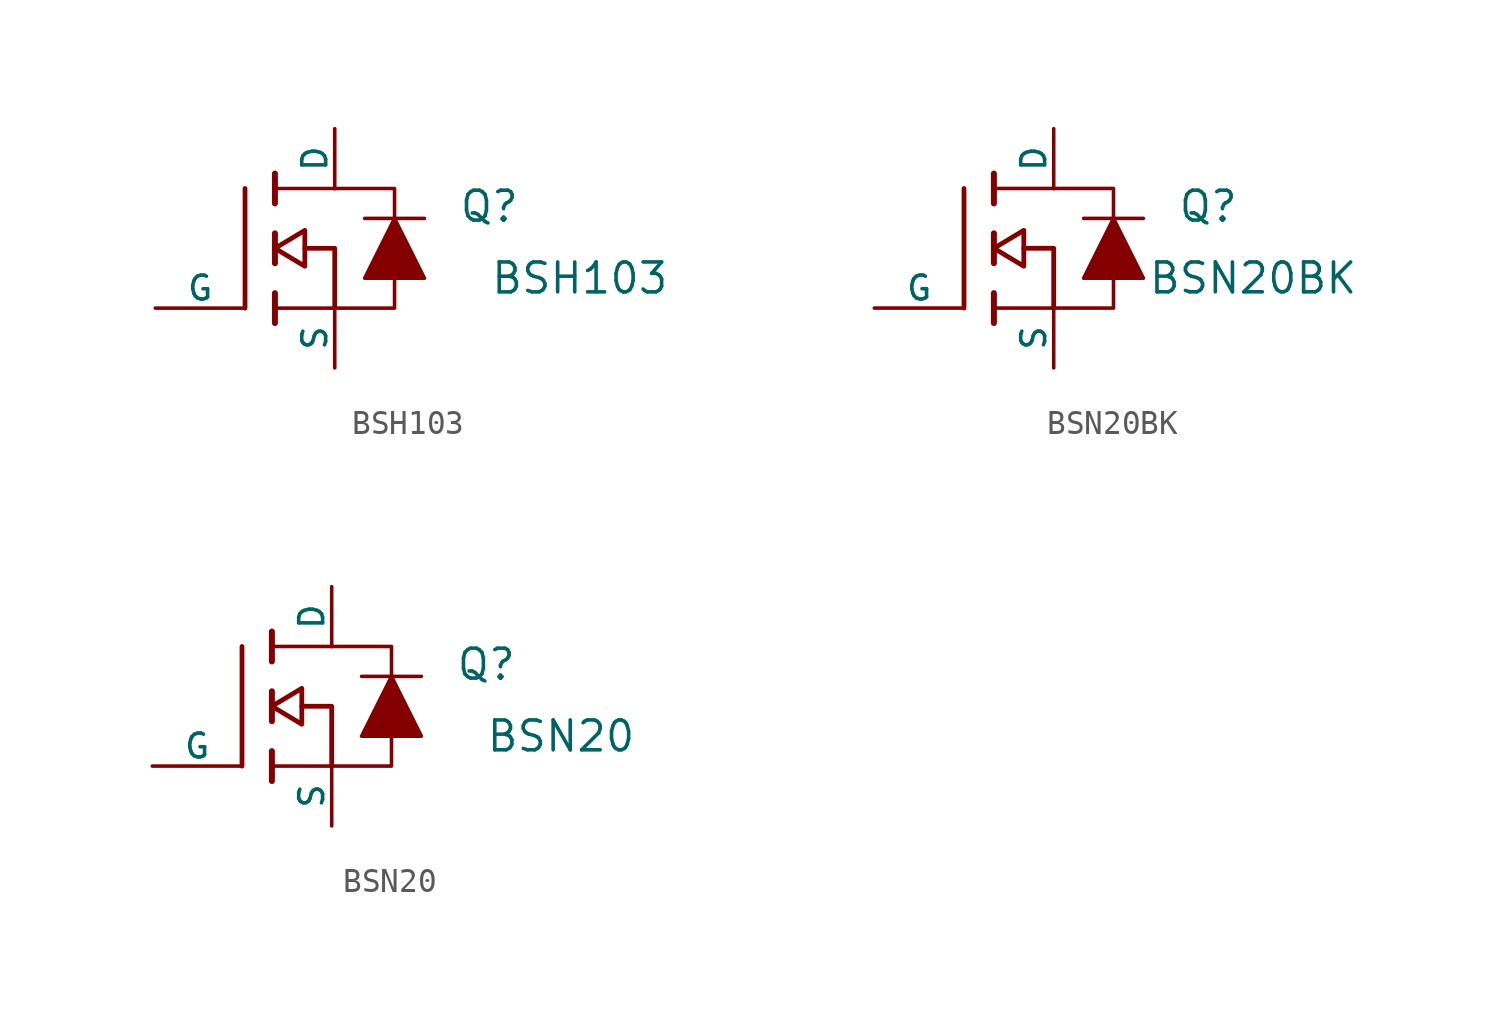
<source format=kicad_sym>
(kicad_symbol_lib
  (version 20220914)
  (generator kicad_symbol_editor)
  (symbol "BSH103"
    (pin_numbers hide)
    (pin_names
      (offset 0))
    (property "Reference" "Q"
      (at 15.494 4.318 0)
      (effects (font (size 1.27 1.27)) (justify right)))
    (property "Value" "BSH103"
      (at 21.844 1.27 0)
      (effects (font (size 1.27 1.27)) (justify right)))
    (symbol "BSH103_0_1"
      (polyline (pts (xy 3.81 0) (xy 3.81 5.08)) (stroke (width 0.203) (type default)) (fill (type none)))
      (polyline (pts (xy 5.08 -0.635) (xy 5.08 0.635)) (stroke (width 0.254) (type default)) (fill (type none)))
      (polyline (pts (xy 5.08 1.905) (xy 5.08 3.175)) (stroke (width 0.254) (type default)) (fill (type none)))
      (polyline (pts (xy 5.08 4.445) (xy 5.08 5.715)) (stroke (width 0.254) (type default)) (fill (type none)))
      (polyline (pts (xy 7.62 0) (xy 5.08 0)) (stroke (width 0) (type default)) (fill (type none)))
      (polyline (pts (xy 7.62 5.08) (xy 5.08 5.08)) (stroke (width 0) (type default)) (fill (type none)))
      (polyline (pts (xy 8.89 3.81) (xy 11.43 3.81)) (stroke (width 0) (type default)) (fill (type none)))
      (polyline (pts (xy 7.62 0) (xy 7.62 2.54) (xy 6.35 2.54)) (stroke (width 0.203) (type default)) (fill (type none)))
      (polyline (pts (xy 7.62 0) (xy 10.16 0) (xy 10.16 1.27)) (stroke (width 0) (type default)) (fill (type none)))
      (polyline (pts (xy 10.16 3.81) (xy 10.16 5.08) (xy 7.62 5.08)) (stroke (width 0) (type default)) (fill (type none)))
      (polyline (pts (xy 10.16 3.81) (xy 8.89 1.27) (xy 11.43 1.27) (xy 10.16 3.81)) (stroke (width 0) (type default)) (fill (type outline)))
      (polyline (pts (xy 6.35 3.302) (xy 6.35 1.778) (xy 5.08 2.54) (xy 6.35 3.302) (xy 6.35 3.302)) (stroke (width 0.203) (type default)) (fill (type none))))
    (symbol "BSH103_1_1"
      (pin passive line (at 0 0 0) (length 3.81) (name "G" (effects (font (size 1.016 1.016)))) (number "1" (effects (font (size 1.016 1.016)))))
      (pin passive line (at 7.62 -2.54 90) (length 2.54) (name "S" (effects (font (size 1.016 1.016)))) (number "2" (effects (font (size 1.016 1.016)))))
      (pin passive line (at 7.62 7.62 270) (length 2.54) (name "D" (effects (font (size 1.016 1.016)))) (number "3" (effects (font (size 1.016 1.016)))))))
  (symbol "BSN20BK"
    (pin_numbers hide)
    (pin_names
      (offset 0))
    (property "Reference" "Q"
      (at 15.494 4.318 0)
      (effects (font (size 1.27 1.27)) (justify right)))
    (property "Value" "BSN20BK"
      (at 20.574 1.27 0)
      (effects (font (size 1.27 1.27)) (justify right)))
    (symbol "BSN20BK_0_1"
      (polyline (pts (xy 3.81 0) (xy 3.81 5.08)) (stroke (width 0.203) (type default)) (fill (type none)))
      (polyline (pts (xy 5.08 -0.635) (xy 5.08 0.635)) (stroke (width 0.254) (type default)) (fill (type none)))
      (polyline (pts (xy 5.08 1.905) (xy 5.08 3.175)) (stroke (width 0.254) (type default)) (fill (type none)))
      (polyline (pts (xy 5.08 4.445) (xy 5.08 5.715)) (stroke (width 0.254) (type default)) (fill (type none)))
      (polyline (pts (xy 7.62 0) (xy 5.08 0)) (stroke (width 0) (type default)) (fill (type none)))
      (polyline (pts (xy 7.62 5.08) (xy 5.08 5.08)) (stroke (width 0) (type default)) (fill (type none)))
      (polyline (pts (xy 8.89 3.81) (xy 11.43 3.81)) (stroke (width 0) (type default)) (fill (type none)))
      (polyline (pts (xy 7.62 0) (xy 7.62 2.54) (xy 6.35 2.54)) (stroke (width 0.203) (type default)) (fill (type none)))
      (polyline (pts (xy 7.62 0) (xy 10.16 0) (xy 10.16 1.27)) (stroke (width 0) (type default)) (fill (type none)))
      (polyline (pts (xy 10.16 3.81) (xy 10.16 5.08) (xy 7.62 5.08)) (stroke (width 0) (type default)) (fill (type none)))
      (polyline (pts (xy 10.16 3.81) (xy 8.89 1.27) (xy 11.43 1.27) (xy 10.16 3.81)) (stroke (width 0) (type default)) (fill (type outline)))
      (polyline (pts (xy 6.35 3.302) (xy 6.35 1.778) (xy 5.08 2.54) (xy 6.35 3.302) (xy 6.35 3.302)) (stroke (width 0.203) (type default)) (fill (type none))))
    (symbol "BSN20BK_1_1"
      (pin passive line (at 0 0 0) (length 3.81) (name "G" (effects (font (size 1.016 1.016)))) (number "1" (effects (font (size 1.016 1.016)))))
      (pin passive line (at 7.62 -2.54 90) (length 2.54) (name "S" (effects (font (size 1.016 1.016)))) (number "2" (effects (font (size 1.016 1.016)))))
      (pin passive line (at 7.62 7.62 270) (length 2.54) (name "D" (effects (font (size 1.016 1.016)))) (number "3" (effects (font (size 1.016 1.016)))))))
  (symbol "BSN20"
    (pin_numbers hide)
    (pin_names
      (offset 0))
    (property "Reference" "Q"
      (at 15.494 4.318 0)
      (effects (font (size 1.27 1.27)) (justify right)))
    (property "Value" "BSN20"
      (at 20.574 1.27 0)
      (effects (font (size 1.27 1.27)) (justify right)))
    (symbol "BSN20_0_1"
      (polyline (pts (xy 3.81 0) (xy 3.81 5.08)) (stroke (width 0.203) (type default)) (fill (type none)))
      (polyline (pts (xy 5.08 -0.635) (xy 5.08 0.635)) (stroke (width 0.254) (type default)) (fill (type none)))
      (polyline (pts (xy 5.08 1.905) (xy 5.08 3.175)) (stroke (width 0.254) (type default)) (fill (type none)))
      (polyline (pts (xy 5.08 4.445) (xy 5.08 5.715)) (stroke (width 0.254) (type default)) (fill (type none)))
      (polyline (pts (xy 7.62 0) (xy 5.08 0)) (stroke (width 0) (type default)) (fill (type none)))
      (polyline (pts (xy 7.62 5.08) (xy 5.08 5.08)) (stroke (width 0) (type default)) (fill (type none)))
      (polyline (pts (xy 8.89 3.81) (xy 11.43 3.81)) (stroke (width 0) (type default)) (fill (type none)))
      (polyline (pts (xy 7.62 0) (xy 7.62 2.54) (xy 6.35 2.54)) (stroke (width 0.203) (type default)) (fill (type none)))
      (polyline (pts (xy 7.62 0) (xy 10.16 0) (xy 10.16 1.27)) (stroke (width 0) (type default)) (fill (type none)))
      (polyline (pts (xy 10.16 3.81) (xy 10.16 5.08) (xy 7.62 5.08)) (stroke (width 0) (type default)) (fill (type none)))
      (polyline (pts (xy 10.16 3.81) (xy 8.89 1.27) (xy 11.43 1.27) (xy 10.16 3.81)) (stroke (width 0) (type default)) (fill (type outline)))
      (polyline (pts (xy 6.35 3.302) (xy 6.35 1.778) (xy 5.08 2.54) (xy 6.35 3.302) (xy 6.35 3.302)) (stroke (width 0.203) (type default)) (fill (type none))))
    (symbol "BSN20_1_1"
      (pin passive line (at 0 0 0) (length 3.81) (name "G" (effects (font (size 1.016 1.016)))) (number "1" (effects (font (size 1.016 1.016)))))
      (pin passive line (at 7.62 -2.54 90) (length 2.54) (name "S" (effects (font (size 1.016 1.016)))) (number "2" (effects (font (size 1.016 1.016)))))
      (pin passive line (at 7.62 7.62 270) (length 2.54) (name "D" (effects (font (size 1.016 1.016)))) (number "3" (effects (font (size 1.016 1.016))))))))
</source>
